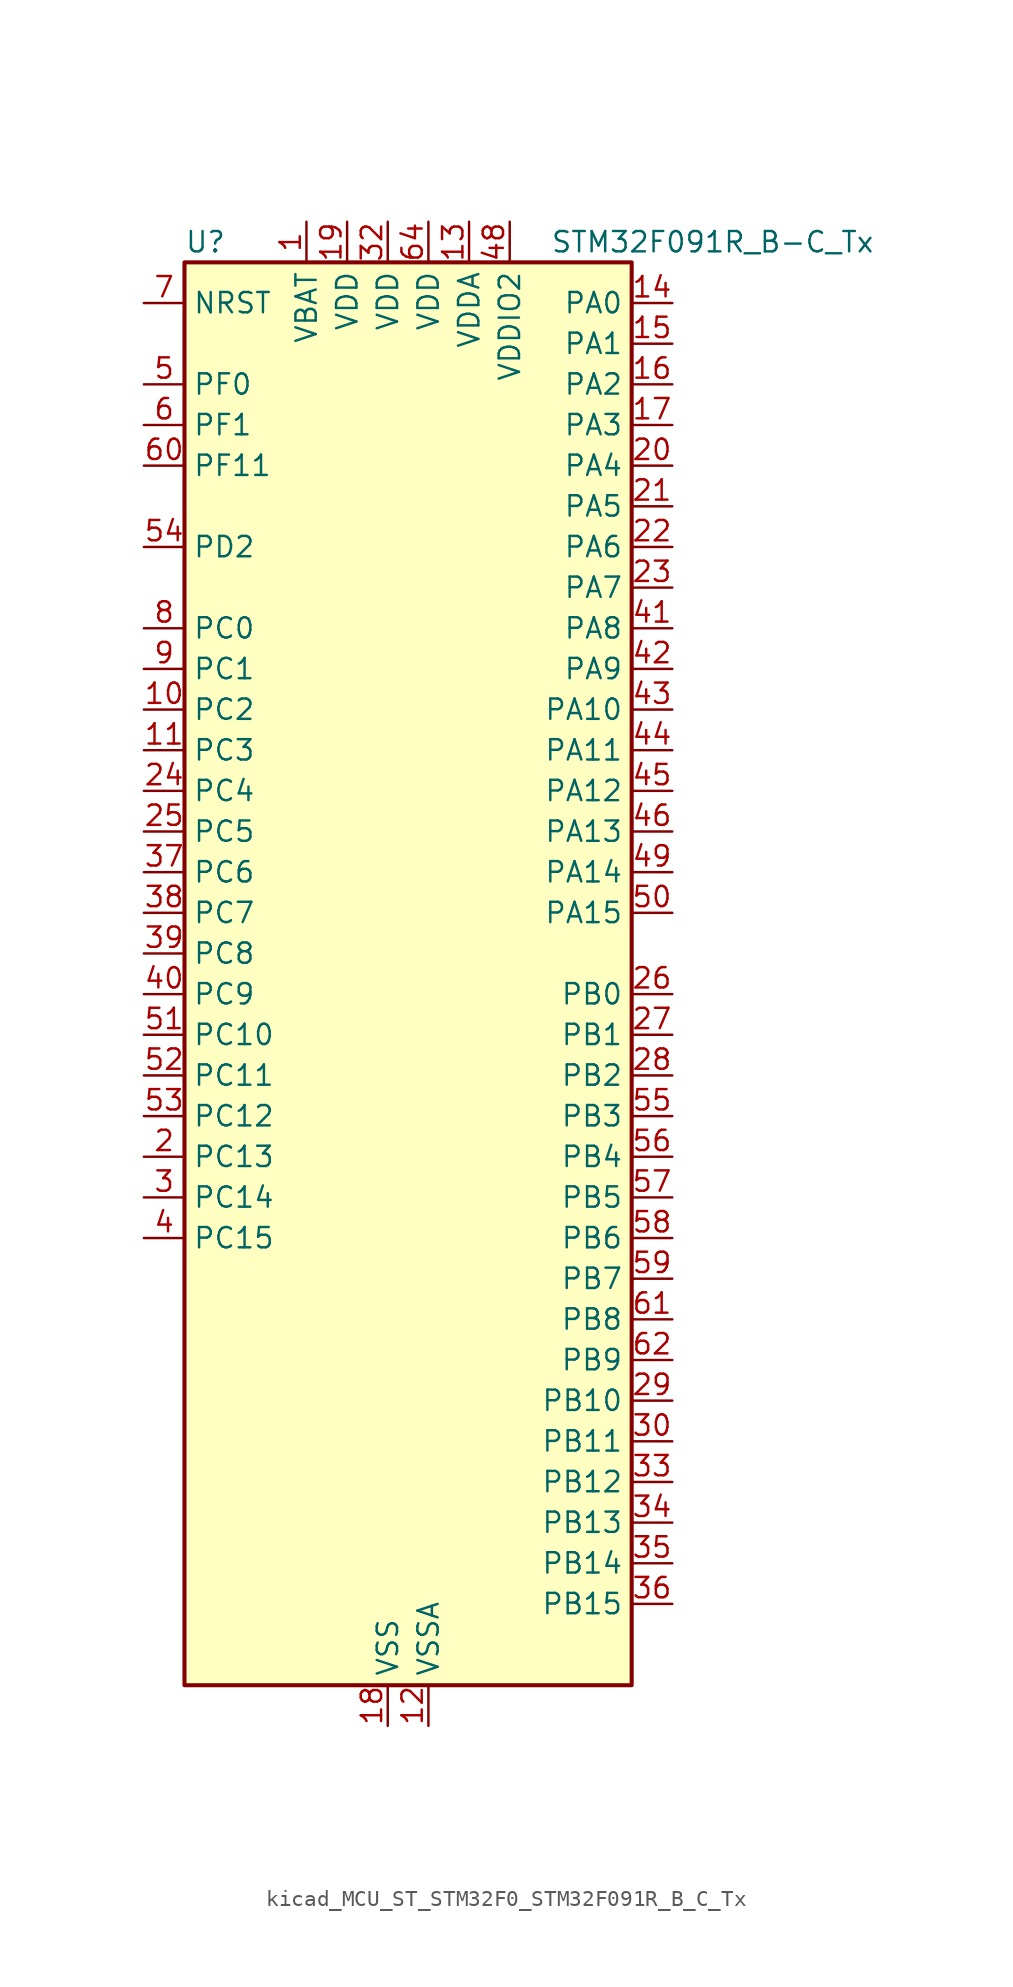
<source format=kicad_sym>
(kicad_symbol_lib
  (version 20220914)
  (generator kicad_symbol_editor)
  (symbol "kicad_MCU_ST_STM32F0_STM32F091R_B_C_Tx"
    (property "Reference" "U"
      (at -12.7 46.99 0)
      (effects (font (size 1.27 1.27)) (justify left)))
    (property "Value" "STM32F091R_B-C_Tx"
      (at 10.16 46.99 0)
      (effects (font (size 1.27 1.27)) (justify left)))
    (property "ki_locked" ""
      (at 0 0 0)
      (effects (font (size 1.27 1.27))))
    (symbol "kicad_MCU_ST_STM32F0_STM32F091R_B_C_Tx_0_1"
      (rectangle (start -12.7 -43.18) (end 15.24 45.72) (stroke (width 0.254) (type default)) (fill (type background))))
    (symbol "kicad_MCU_ST_STM32F0_STM32F091R_B_C_Tx_1_1"
      (pin power_in line (at -5.08 48.26 270) (length 2.54) (name "VBAT" (effects (font (size 1.27 1.27)))) (number "1" (effects (font (size 1.27 1.27)))))
      (pin bidirectional line (at -15.24 17.78 0) (length 2.54) (name "PC2" (effects (font (size 1.27 1.27)))) (number "10" (effects (font (size 1.27 1.27)))) (alternate "ADC_IN12" bidirectional line) (alternate "I2S2_MCK" bidirectional line) (alternate "SPI2_MISO" bidirectional line) (alternate "USART8_TX" bidirectional line))
      (pin bidirectional line (at -15.24 15.24 0) (length 2.54) (name "PC3" (effects (font (size 1.27 1.27)))) (number "11" (effects (font (size 1.27 1.27)))) (alternate "ADC_IN13" bidirectional line) (alternate "I2S2_SD" bidirectional line) (alternate "SPI2_MOSI" bidirectional line) (alternate "USART8_RX" bidirectional line))
      (pin power_in line (at 2.54 -45.72 90) (length 2.54) (name "VSSA" (effects (font (size 1.27 1.27)))) (number "12" (effects (font (size 1.27 1.27)))))
      (pin power_in line (at 5.08 48.26 270) (length 2.54) (name "VDDA" (effects (font (size 1.27 1.27)))) (number "13" (effects (font (size 1.27 1.27)))))
      (pin bidirectional line (at 17.78 43.18 180) (length 2.54) (name "PA0" (effects (font (size 1.27 1.27)))) (number "14" (effects (font (size 1.27 1.27)))) (alternate "ADC_IN0" bidirectional line) (alternate "COMP1_INM" bidirectional line) (alternate "COMP1_OUT" bidirectional line) (alternate "RTC_TAMP2" bidirectional line) (alternate "SYS_WKUP1" bidirectional line) (alternate "TIM2_CH1" bidirectional line) (alternate "TIM2_ETR" bidirectional line) (alternate "TSC_G1_IO1" bidirectional line) (alternate "USART2_CTS" bidirectional line) (alternate "USART4_TX" bidirectional line))
      (pin bidirectional line (at 17.78 40.64 180) (length 2.54) (name "PA1" (effects (font (size 1.27 1.27)))) (number "15" (effects (font (size 1.27 1.27)))) (alternate "ADC_IN1" bidirectional line) (alternate "COMP1_INP" bidirectional line) (alternate "TIM15_CH1N" bidirectional line) (alternate "TIM2_CH2" bidirectional line) (alternate "TSC_G1_IO2" bidirectional line) (alternate "USART2_DE" bidirectional line) (alternate "USART2_RTS" bidirectional line) (alternate "USART4_RX" bidirectional line))
      (pin bidirectional line (at 17.78 38.1 180) (length 2.54) (name "PA2" (effects (font (size 1.27 1.27)))) (number "16" (effects (font (size 1.27 1.27)))) (alternate "ADC_IN2" bidirectional line) (alternate "COMP2_INM" bidirectional line) (alternate "COMP2_OUT" bidirectional line) (alternate "SYS_WKUP4" bidirectional line) (alternate "TIM15_CH1" bidirectional line) (alternate "TIM2_CH3" bidirectional line) (alternate "TSC_G1_IO3" bidirectional line) (alternate "USART2_TX" bidirectional line))
      (pin bidirectional line (at 17.78 35.56 180) (length 2.54) (name "PA3" (effects (font (size 1.27 1.27)))) (number "17" (effects (font (size 1.27 1.27)))) (alternate "ADC_IN3" bidirectional line) (alternate "COMP2_INP" bidirectional line) (alternate "TIM15_CH2" bidirectional line) (alternate "TIM2_CH4" bidirectional line) (alternate "TSC_G1_IO4" bidirectional line) (alternate "USART2_RX" bidirectional line))
      (pin power_in line (at 0 -45.72 90) (length 2.54) (name "VSS" (effects (font (size 1.27 1.27)))) (number "18" (effects (font (size 1.27 1.27)))))
      (pin power_in line (at -2.54 48.26 270) (length 2.54) (name "VDD" (effects (font (size 1.27 1.27)))) (number "19" (effects (font (size 1.27 1.27)))))
      (pin bidirectional line (at -15.24 -10.16 0) (length 2.54) (name "PC13" (effects (font (size 1.27 1.27)))) (number "2" (effects (font (size 1.27 1.27)))) (alternate "RTC_OUT_ALARM" bidirectional line) (alternate "RTC_OUT_CALIB" bidirectional line) (alternate "RTC_TAMP1" bidirectional line) (alternate "RTC_TS" bidirectional line) (alternate "SYS_WKUP2" bidirectional line))
      (pin bidirectional line (at 17.78 33.02 180) (length 2.54) (name "PA4" (effects (font (size 1.27 1.27)))) (number "20" (effects (font (size 1.27 1.27)))) (alternate "ADC_IN4" bidirectional line) (alternate "COMP1_INM" bidirectional line) (alternate "COMP2_INM" bidirectional line) (alternate "DAC_OUT1" bidirectional line) (alternate "I2S1_WS" bidirectional line) (alternate "SPI1_NSS" bidirectional line) (alternate "TIM14_CH1" bidirectional line) (alternate "TSC_G2_IO1" bidirectional line) (alternate "USART2_CK" bidirectional line) (alternate "USART6_TX" bidirectional line))
      (pin bidirectional line (at 17.78 30.48 180) (length 2.54) (name "PA5" (effects (font (size 1.27 1.27)))) (number "21" (effects (font (size 1.27 1.27)))) (alternate "ADC_IN5" bidirectional line) (alternate "CEC" bidirectional line) (alternate "COMP1_INM" bidirectional line) (alternate "COMP2_INM" bidirectional line) (alternate "DAC_OUT2" bidirectional line) (alternate "I2S1_CK" bidirectional line) (alternate "SPI1_SCK" bidirectional line) (alternate "TIM2_CH1" bidirectional line) (alternate "TIM2_ETR" bidirectional line) (alternate "TSC_G2_IO2" bidirectional line) (alternate "USART6_RX" bidirectional line))
      (pin bidirectional line (at 17.78 27.94 180) (length 2.54) (name "PA6" (effects (font (size 1.27 1.27)))) (number "22" (effects (font (size 1.27 1.27)))) (alternate "ADC_IN6" bidirectional line) (alternate "COMP1_OUT" bidirectional line) (alternate "I2S1_MCK" bidirectional line) (alternate "SPI1_MISO" bidirectional line) (alternate "TIM16_CH1" bidirectional line) (alternate "TIM1_BKIN" bidirectional line) (alternate "TIM3_CH1" bidirectional line) (alternate "TSC_G2_IO3" bidirectional line) (alternate "USART3_CTS" bidirectional line))
      (pin bidirectional line (at 17.78 25.4 180) (length 2.54) (name "PA7" (effects (font (size 1.27 1.27)))) (number "23" (effects (font (size 1.27 1.27)))) (alternate "ADC_IN7" bidirectional line) (alternate "COMP2_OUT" bidirectional line) (alternate "I2S1_SD" bidirectional line) (alternate "SPI1_MOSI" bidirectional line) (alternate "TIM14_CH1" bidirectional line) (alternate "TIM17_CH1" bidirectional line) (alternate "TIM1_CH1N" bidirectional line) (alternate "TIM3_CH2" bidirectional line) (alternate "TSC_G2_IO4" bidirectional line))
      (pin bidirectional line (at -15.24 12.7 0) (length 2.54) (name "PC4" (effects (font (size 1.27 1.27)))) (number "24" (effects (font (size 1.27 1.27)))) (alternate "ADC_IN14" bidirectional line) (alternate "USART3_TX" bidirectional line))
      (pin bidirectional line (at -15.24 10.16 0) (length 2.54) (name "PC5" (effects (font (size 1.27 1.27)))) (number "25" (effects (font (size 1.27 1.27)))) (alternate "ADC_IN15" bidirectional line) (alternate "SYS_WKUP5" bidirectional line) (alternate "TSC_G3_IO1" bidirectional line) (alternate "USART3_RX" bidirectional line))
      (pin bidirectional line (at 17.78 0 180) (length 2.54) (name "PB0" (effects (font (size 1.27 1.27)))) (number "26" (effects (font (size 1.27 1.27)))) (alternate "ADC_IN8" bidirectional line) (alternate "TIM1_CH2N" bidirectional line) (alternate "TIM3_CH3" bidirectional line) (alternate "TSC_G3_IO2" bidirectional line) (alternate "USART3_CK" bidirectional line))
      (pin bidirectional line (at 17.78 -2.54 180) (length 2.54) (name "PB1" (effects (font (size 1.27 1.27)))) (number "27" (effects (font (size 1.27 1.27)))) (alternate "ADC_IN9" bidirectional line) (alternate "TIM14_CH1" bidirectional line) (alternate "TIM1_CH3N" bidirectional line) (alternate "TIM3_CH4" bidirectional line) (alternate "TSC_G3_IO3" bidirectional line) (alternate "USART3_DE" bidirectional line) (alternate "USART3_RTS" bidirectional line))
      (pin bidirectional line (at 17.78 -5.08 180) (length 2.54) (name "PB2" (effects (font (size 1.27 1.27)))) (number "28" (effects (font (size 1.27 1.27)))) (alternate "TSC_G3_IO4" bidirectional line))
      (pin bidirectional line (at 17.78 -25.4 180) (length 2.54) (name "PB10" (effects (font (size 1.27 1.27)))) (number "29" (effects (font (size 1.27 1.27)))) (alternate "CEC" bidirectional line) (alternate "I2C2_SCL" bidirectional line) (alternate "I2S2_CK" bidirectional line) (alternate "SPI2_SCK" bidirectional line) (alternate "TIM2_CH3" bidirectional line) (alternate "TSC_SYNC" bidirectional line) (alternate "USART3_TX" bidirectional line))
      (pin bidirectional line (at -15.24 -12.7 0) (length 2.54) (name "PC14" (effects (font (size 1.27 1.27)))) (number "3" (effects (font (size 1.27 1.27)))) (alternate "RCC_OSC32_IN" bidirectional line))
      (pin bidirectional line (at 17.78 -27.94 180) (length 2.54) (name "PB11" (effects (font (size 1.27 1.27)))) (number "30" (effects (font (size 1.27 1.27)))) (alternate "I2C2_SDA" bidirectional line) (alternate "TIM2_CH4" bidirectional line) (alternate "TSC_G6_IO1" bidirectional line) (alternate "USART3_RX" bidirectional line))
      (pin passive line (at 0 -45.72 90) (length 2.54) hide (name "VSS" (effects (font (size 1.27 1.27)))) (number "31" (effects (font (size 1.27 1.27)))))
      (pin power_in line (at 0 48.26 270) (length 2.54) (name "VDD" (effects (font (size 1.27 1.27)))) (number "32" (effects (font (size 1.27 1.27)))))
      (pin bidirectional line (at 17.78 -30.48 180) (length 2.54) (name "PB12" (effects (font (size 1.27 1.27)))) (number "33" (effects (font (size 1.27 1.27)))) (alternate "I2S2_WS" bidirectional line) (alternate "SPI2_NSS" bidirectional line) (alternate "TIM15_BKIN" bidirectional line) (alternate "TIM1_BKIN" bidirectional line) (alternate "TSC_G6_IO2" bidirectional line) (alternate "USART3_CK" bidirectional line))
      (pin bidirectional line (at 17.78 -33.02 180) (length 2.54) (name "PB13" (effects (font (size 1.27 1.27)))) (number "34" (effects (font (size 1.27 1.27)))) (alternate "I2C2_SCL" bidirectional line) (alternate "I2S2_CK" bidirectional line) (alternate "SPI2_SCK" bidirectional line) (alternate "TIM1_CH1N" bidirectional line) (alternate "TSC_G6_IO3" bidirectional line) (alternate "USART3_CTS" bidirectional line))
      (pin bidirectional line (at 17.78 -35.56 180) (length 2.54) (name "PB14" (effects (font (size 1.27 1.27)))) (number "35" (effects (font (size 1.27 1.27)))) (alternate "I2C2_SDA" bidirectional line) (alternate "I2S2_MCK" bidirectional line) (alternate "SPI2_MISO" bidirectional line) (alternate "TIM15_CH1" bidirectional line) (alternate "TIM1_CH2N" bidirectional line) (alternate "TSC_G6_IO4" bidirectional line) (alternate "USART3_DE" bidirectional line) (alternate "USART3_RTS" bidirectional line))
      (pin bidirectional line (at 17.78 -38.1 180) (length 2.54) (name "PB15" (effects (font (size 1.27 1.27)))) (number "36" (effects (font (size 1.27 1.27)))) (alternate "I2S2_SD" bidirectional line) (alternate "RTC_REFIN" bidirectional line) (alternate "SPI2_MOSI" bidirectional line) (alternate "SYS_WKUP7" bidirectional line) (alternate "TIM15_CH1N" bidirectional line) (alternate "TIM15_CH2" bidirectional line) (alternate "TIM1_CH3N" bidirectional line))
      (pin bidirectional line (at -15.24 7.62 0) (length 2.54) (name "PC6" (effects (font (size 1.27 1.27)))) (number "37" (effects (font (size 1.27 1.27)))) (alternate "TIM3_CH1" bidirectional line) (alternate "USART7_TX" bidirectional line))
      (pin bidirectional line (at -15.24 5.08 0) (length 2.54) (name "PC7" (effects (font (size 1.27 1.27)))) (number "38" (effects (font (size 1.27 1.27)))) (alternate "TIM3_CH2" bidirectional line) (alternate "USART7_RX" bidirectional line))
      (pin bidirectional line (at -15.24 2.54 0) (length 2.54) (name "PC8" (effects (font (size 1.27 1.27)))) (number "39" (effects (font (size 1.27 1.27)))) (alternate "TIM3_CH3" bidirectional line) (alternate "USART8_TX" bidirectional line))
      (pin bidirectional line (at -15.24 -15.24 0) (length 2.54) (name "PC15" (effects (font (size 1.27 1.27)))) (number "4" (effects (font (size 1.27 1.27)))) (alternate "RCC_OSC32_OUT" bidirectional line))
      (pin bidirectional line (at -15.24 0 0) (length 2.54) (name "PC9" (effects (font (size 1.27 1.27)))) (number "40" (effects (font (size 1.27 1.27)))) (alternate "DAC_EXTI9" bidirectional line) (alternate "TIM3_CH4" bidirectional line) (alternate "USART8_RX" bidirectional line))
      (pin bidirectional line (at 17.78 22.86 180) (length 2.54) (name "PA8" (effects (font (size 1.27 1.27)))) (number "41" (effects (font (size 1.27 1.27)))) (alternate "CRS_SYNC" bidirectional line) (alternate "RCC_MCO" bidirectional line) (alternate "TIM1_CH1" bidirectional line) (alternate "USART1_CK" bidirectional line))
      (pin bidirectional line (at 17.78 20.32 180) (length 2.54) (name "PA9" (effects (font (size 1.27 1.27)))) (number "42" (effects (font (size 1.27 1.27)))) (alternate "DAC_EXTI9" bidirectional line) (alternate "I2C1_SCL" bidirectional line) (alternate "RCC_MCO" bidirectional line) (alternate "TIM15_BKIN" bidirectional line) (alternate "TIM1_CH2" bidirectional line) (alternate "TSC_G4_IO1" bidirectional line) (alternate "USART1_TX" bidirectional line))
      (pin bidirectional line (at 17.78 17.78 180) (length 2.54) (name "PA10" (effects (font (size 1.27 1.27)))) (number "43" (effects (font (size 1.27 1.27)))) (alternate "I2C1_SDA" bidirectional line) (alternate "TIM17_BKIN" bidirectional line) (alternate "TIM1_CH3" bidirectional line) (alternate "TSC_G4_IO2" bidirectional line) (alternate "USART1_RX" bidirectional line))
      (pin bidirectional line (at 17.78 15.24 180) (length 2.54) (name "PA11" (effects (font (size 1.27 1.27)))) (number "44" (effects (font (size 1.27 1.27)))) (alternate "CAN_RX" bidirectional line) (alternate "COMP1_OUT" bidirectional line) (alternate "I2C2_SCL" bidirectional line) (alternate "TIM1_CH4" bidirectional line) (alternate "TSC_G4_IO3" bidirectional line) (alternate "USART1_CTS" bidirectional line))
      (pin bidirectional line (at 17.78 12.7 180) (length 2.54) (name "PA12" (effects (font (size 1.27 1.27)))) (number "45" (effects (font (size 1.27 1.27)))) (alternate "CAN_TX" bidirectional line) (alternate "COMP2_OUT" bidirectional line) (alternate "I2C2_SDA" bidirectional line) (alternate "TIM1_ETR" bidirectional line) (alternate "TSC_G4_IO4" bidirectional line) (alternate "USART1_DE" bidirectional line) (alternate "USART1_RTS" bidirectional line))
      (pin bidirectional line (at 17.78 10.16 180) (length 2.54) (name "PA13" (effects (font (size 1.27 1.27)))) (number "46" (effects (font (size 1.27 1.27)))) (alternate "IR_OUT" bidirectional line) (alternate "SYS_SWDIO" bidirectional line))
      (pin passive line (at 0 -45.72 90) (length 2.54) hide (name "VSS" (effects (font (size 1.27 1.27)))) (number "47" (effects (font (size 1.27 1.27)))))
      (pin power_in line (at 7.62 48.26 270) (length 2.54) (name "VDDIO2" (effects (font (size 1.27 1.27)))) (number "48" (effects (font (size 1.27 1.27)))))
      (pin bidirectional line (at 17.78 7.62 180) (length 2.54) (name "PA14" (effects (font (size 1.27 1.27)))) (number "49" (effects (font (size 1.27 1.27)))) (alternate "SYS_SWCLK" bidirectional line) (alternate "USART2_TX" bidirectional line))
      (pin bidirectional line (at -15.24 38.1 0) (length 2.54) (name "PF0" (effects (font (size 1.27 1.27)))) (number "5" (effects (font (size 1.27 1.27)))) (alternate "CRS_SYNC" bidirectional line) (alternate "I2C1_SDA" bidirectional line) (alternate "RCC_OSC_IN" bidirectional line))
      (pin bidirectional line (at 17.78 5.08 180) (length 2.54) (name "PA15" (effects (font (size 1.27 1.27)))) (number "50" (effects (font (size 1.27 1.27)))) (alternate "I2S1_WS" bidirectional line) (alternate "SPI1_NSS" bidirectional line) (alternate "TIM2_CH1" bidirectional line) (alternate "TIM2_ETR" bidirectional line) (alternate "USART2_RX" bidirectional line) (alternate "USART4_DE" bidirectional line) (alternate "USART4_RTS" bidirectional line))
      (pin bidirectional line (at -15.24 -2.54 0) (length 2.54) (name "PC10" (effects (font (size 1.27 1.27)))) (number "51" (effects (font (size 1.27 1.27)))) (alternate "USART3_TX" bidirectional line) (alternate "USART4_TX" bidirectional line))
      (pin bidirectional line (at -15.24 -5.08 0) (length 2.54) (name "PC11" (effects (font (size 1.27 1.27)))) (number "52" (effects (font (size 1.27 1.27)))) (alternate "USART3_RX" bidirectional line) (alternate "USART4_RX" bidirectional line))
      (pin bidirectional line (at -15.24 -7.62 0) (length 2.54) (name "PC12" (effects (font (size 1.27 1.27)))) (number "53" (effects (font (size 1.27 1.27)))) (alternate "USART3_CK" bidirectional line) (alternate "USART4_CK" bidirectional line) (alternate "USART5_TX" bidirectional line))
      (pin bidirectional line (at -15.24 27.94 0) (length 2.54) (name "PD2" (effects (font (size 1.27 1.27)))) (number "54" (effects (font (size 1.27 1.27)))) (alternate "TIM3_ETR" bidirectional line) (alternate "USART3_DE" bidirectional line) (alternate "USART3_RTS" bidirectional line) (alternate "USART5_RX" bidirectional line))
      (pin bidirectional line (at 17.78 -7.62 180) (length 2.54) (name "PB3" (effects (font (size 1.27 1.27)))) (number "55" (effects (font (size 1.27 1.27)))) (alternate "I2S1_CK" bidirectional line) (alternate "SPI1_SCK" bidirectional line) (alternate "TIM2_CH2" bidirectional line) (alternate "TSC_G5_IO1" bidirectional line) (alternate "USART5_TX" bidirectional line))
      (pin bidirectional line (at 17.78 -10.16 180) (length 2.54) (name "PB4" (effects (font (size 1.27 1.27)))) (number "56" (effects (font (size 1.27 1.27)))) (alternate "I2S1_MCK" bidirectional line) (alternate "SPI1_MISO" bidirectional line) (alternate "TIM17_BKIN" bidirectional line) (alternate "TIM3_CH1" bidirectional line) (alternate "TSC_G5_IO2" bidirectional line) (alternate "USART5_RX" bidirectional line))
      (pin bidirectional line (at 17.78 -12.7 180) (length 2.54) (name "PB5" (effects (font (size 1.27 1.27)))) (number "57" (effects (font (size 1.27 1.27)))) (alternate "I2C1_SMBA" bidirectional line) (alternate "I2S1_SD" bidirectional line) (alternate "SPI1_MOSI" bidirectional line) (alternate "SYS_WKUP6" bidirectional line) (alternate "TIM16_BKIN" bidirectional line) (alternate "TIM3_CH2" bidirectional line) (alternate "USART5_CK" bidirectional line) (alternate "USART5_DE" bidirectional line) (alternate "USART5_RTS" bidirectional line))
      (pin bidirectional line (at 17.78 -15.24 180) (length 2.54) (name "PB6" (effects (font (size 1.27 1.27)))) (number "58" (effects (font (size 1.27 1.27)))) (alternate "I2C1_SCL" bidirectional line) (alternate "TIM16_CH1N" bidirectional line) (alternate "TSC_G5_IO3" bidirectional line) (alternate "USART1_TX" bidirectional line))
      (pin bidirectional line (at 17.78 -17.78 180) (length 2.54) (name "PB7" (effects (font (size 1.27 1.27)))) (number "59" (effects (font (size 1.27 1.27)))) (alternate "I2C1_SDA" bidirectional line) (alternate "TIM17_CH1N" bidirectional line) (alternate "TSC_G5_IO4" bidirectional line) (alternate "USART1_RX" bidirectional line) (alternate "USART4_CTS" bidirectional line))
      (pin bidirectional line (at -15.24 35.56 0) (length 2.54) (name "PF1" (effects (font (size 1.27 1.27)))) (number "6" (effects (font (size 1.27 1.27)))) (alternate "I2C1_SCL" bidirectional line) (alternate "RCC_OSC_OUT" bidirectional line))
      (pin bidirectional line (at -15.24 33.02 0) (length 2.54) (name "PF11" (effects (font (size 1.27 1.27)))) (number "60" (effects (font (size 1.27 1.27)))))
      (pin bidirectional line (at 17.78 -20.32 180) (length 2.54) (name "PB8" (effects (font (size 1.27 1.27)))) (number "61" (effects (font (size 1.27 1.27)))) (alternate "CAN_RX" bidirectional line) (alternate "CEC" bidirectional line) (alternate "I2C1_SCL" bidirectional line) (alternate "TIM16_CH1" bidirectional line) (alternate "TSC_SYNC" bidirectional line))
      (pin bidirectional line (at 17.78 -22.86 180) (length 2.54) (name "PB9" (effects (font (size 1.27 1.27)))) (number "62" (effects (font (size 1.27 1.27)))) (alternate "CAN_TX" bidirectional line) (alternate "DAC_EXTI9" bidirectional line) (alternate "I2C1_SDA" bidirectional line) (alternate "I2S2_WS" bidirectional line) (alternate "IR_OUT" bidirectional line) (alternate "SPI2_NSS" bidirectional line) (alternate "TIM17_CH1" bidirectional line))
      (pin passive line (at 0 -45.72 90) (length 2.54) hide (name "VSS" (effects (font (size 1.27 1.27)))) (number "63" (effects (font (size 1.27 1.27)))))
      (pin power_in line (at 2.54 48.26 270) (length 2.54) (name "VDD" (effects (font (size 1.27 1.27)))) (number "64" (effects (font (size 1.27 1.27)))))
      (pin input line (at -15.24 43.18 0) (length 2.54) (name "NRST" (effects (font (size 1.27 1.27)))) (number "7" (effects (font (size 1.27 1.27)))))
      (pin bidirectional line (at -15.24 22.86 0) (length 2.54) (name "PC0" (effects (font (size 1.27 1.27)))) (number "8" (effects (font (size 1.27 1.27)))) (alternate "ADC_IN10" bidirectional line) (alternate "USART6_TX" bidirectional line) (alternate "USART7_TX" bidirectional line))
      (pin bidirectional line (at -15.24 20.32 0) (length 2.54) (name "PC1" (effects (font (size 1.27 1.27)))) (number "9" (effects (font (size 1.27 1.27)))) (alternate "ADC_IN11" bidirectional line) (alternate "USART6_RX" bidirectional line) (alternate "USART7_RX" bidirectional line)))))
</source>
